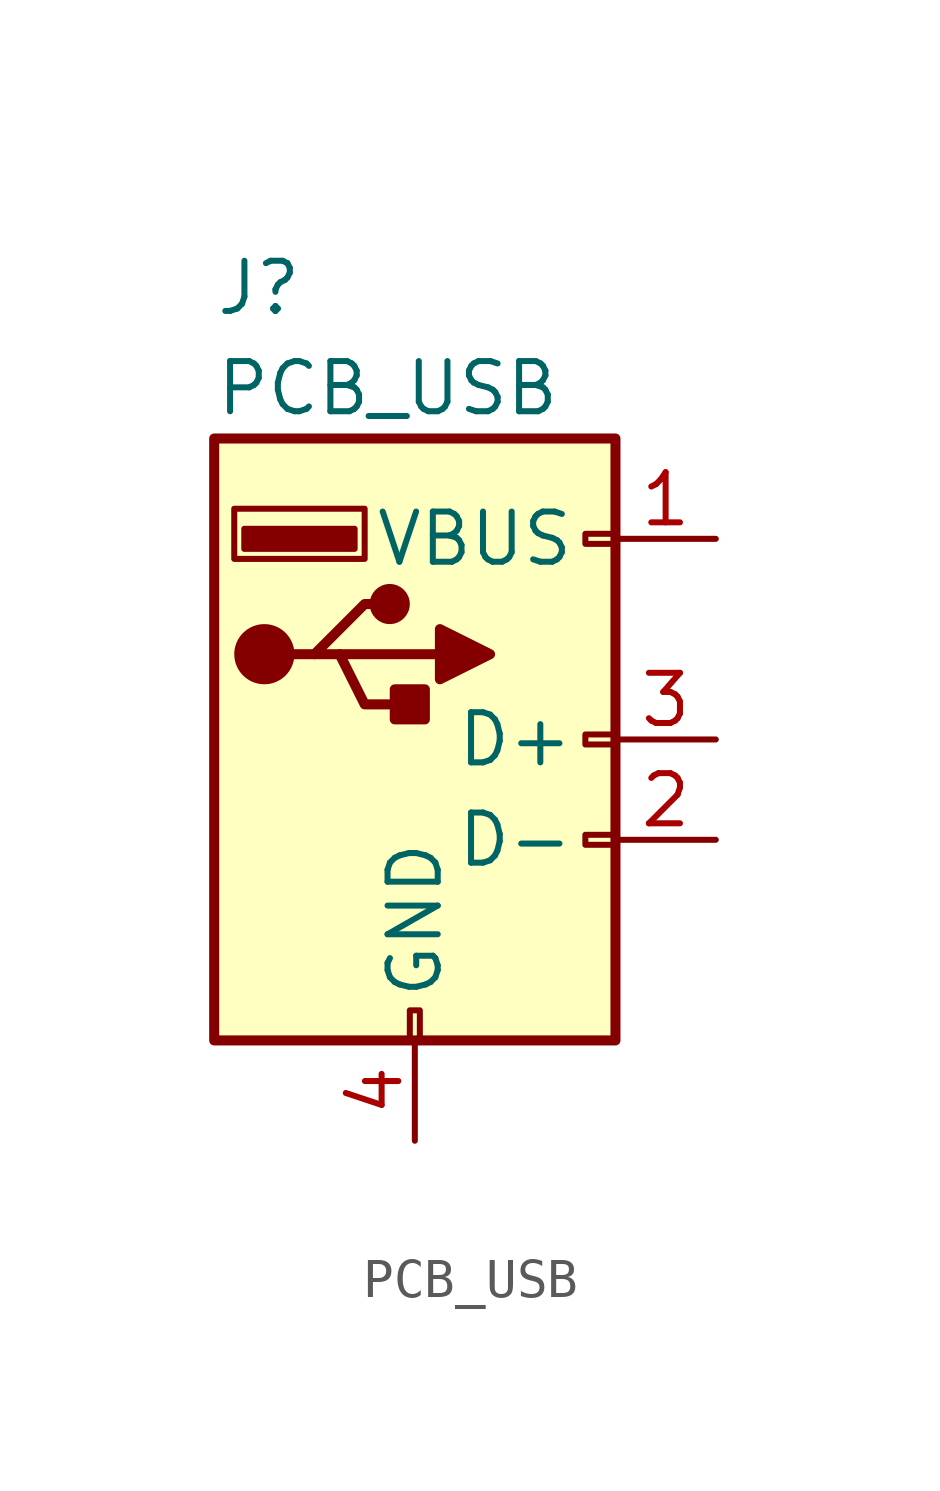
<source format=kicad_sym>
(kicad_symbol_lib
  (version 20241209)
  (generator "kicad_symbol_editor")
  (generator_version "9.0")
  (symbol "PCB_USB"
    (pin_names
      (offset 1.016))
    (property "Reference" "J"
      (at -5.08 11.43 0)
      (effects (font (size 1.27 1.27)) (justify left)))
    (property "Value" "PCB_USB"
      (at -5.08 8.89 0)
      (effects (font (size 1.27 1.27)) (justify left)))
    (symbol "PCB_USB_0_1"
      (rectangle (start -5.08 7.62) (end 5.08 -7.62) (stroke (width 0.254) (type default)) (fill (type background)))
      (circle (center -3.81 2.159) (radius 0.635) (stroke (width 0.254) (type default)) (fill (type outline)))
      (polyline (pts (xy -3.175 2.159) (xy -2.54 2.159) (xy -1.27 3.429) (xy -0.635 3.429)) (stroke (width 0.254) (type default)) (fill (type none)))
      (polyline (pts (xy -2.54 2.159) (xy -1.905 2.159) (xy -1.27 0.889) (xy 0 0.889)) (stroke (width 0.254) (type default)) (fill (type none)))
      (rectangle (start -1.524 4.826) (end -4.318 5.334) (stroke (width 0) (type default)) (fill (type outline)))
      (rectangle (start -1.27 4.572) (end -4.572 5.842) (stroke (width 0) (type default)) (fill (type none)))
      (circle (center -0.635 3.429) (radius 0.381) (stroke (width 0.254) (type default)) (fill (type outline)))
      (rectangle (start -0.127 -7.62) (end 0.127 -6.858) (stroke (width 0) (type default)) (fill (type none)))
      (rectangle (start 0.254 1.27) (end -0.508 0.508) (stroke (width 0.254) (type default)) (fill (type outline)))
      (polyline (pts (xy 0.635 2.794) (xy 0.635 1.524) (xy 1.905 2.159) (xy 0.635 2.794)) (stroke (width 0.254) (type default)) (fill (type outline)))
      (rectangle (start 5.08 4.953) (end 4.318 5.207) (stroke (width 0) (type default)) (fill (type none)))
      (rectangle (start 5.08 -0.127) (end 4.318 0.127) (stroke (width 0) (type default)) (fill (type none)))
      (rectangle (start 5.08 -2.667) (end 4.318 -2.413) (stroke (width 0) (type default)) (fill (type none))))
    (symbol "PCB_USB_1_1"
      (polyline (pts (xy -1.905 2.159) (xy 0.635 2.159)) (stroke (width 0.254) (type default)) (fill (type none)))
      (pin power_in line (at 0 -10.16 90) (length 2.54) (name "GND" (effects (font (size 1.27 1.27)))) (number "4" (effects (font (size 1.27 1.27)))))
      (pin power_in line (at 7.62 5.08 180) (length 2.54) (name "VBUS" (effects (font (size 1.27 1.27)))) (number "1" (effects (font (size 1.27 1.27)))))
      (pin bidirectional line (at 7.62 0 180) (length 2.54) (name "D+" (effects (font (size 1.27 1.27)))) (number "3" (effects (font (size 1.27 1.27)))))
      (pin bidirectional line (at 7.62 -2.54 180) (length 2.54) (name "D-" (effects (font (size 1.27 1.27)))) (number "2" (effects (font (size 1.27 1.27))))))))
</source>
